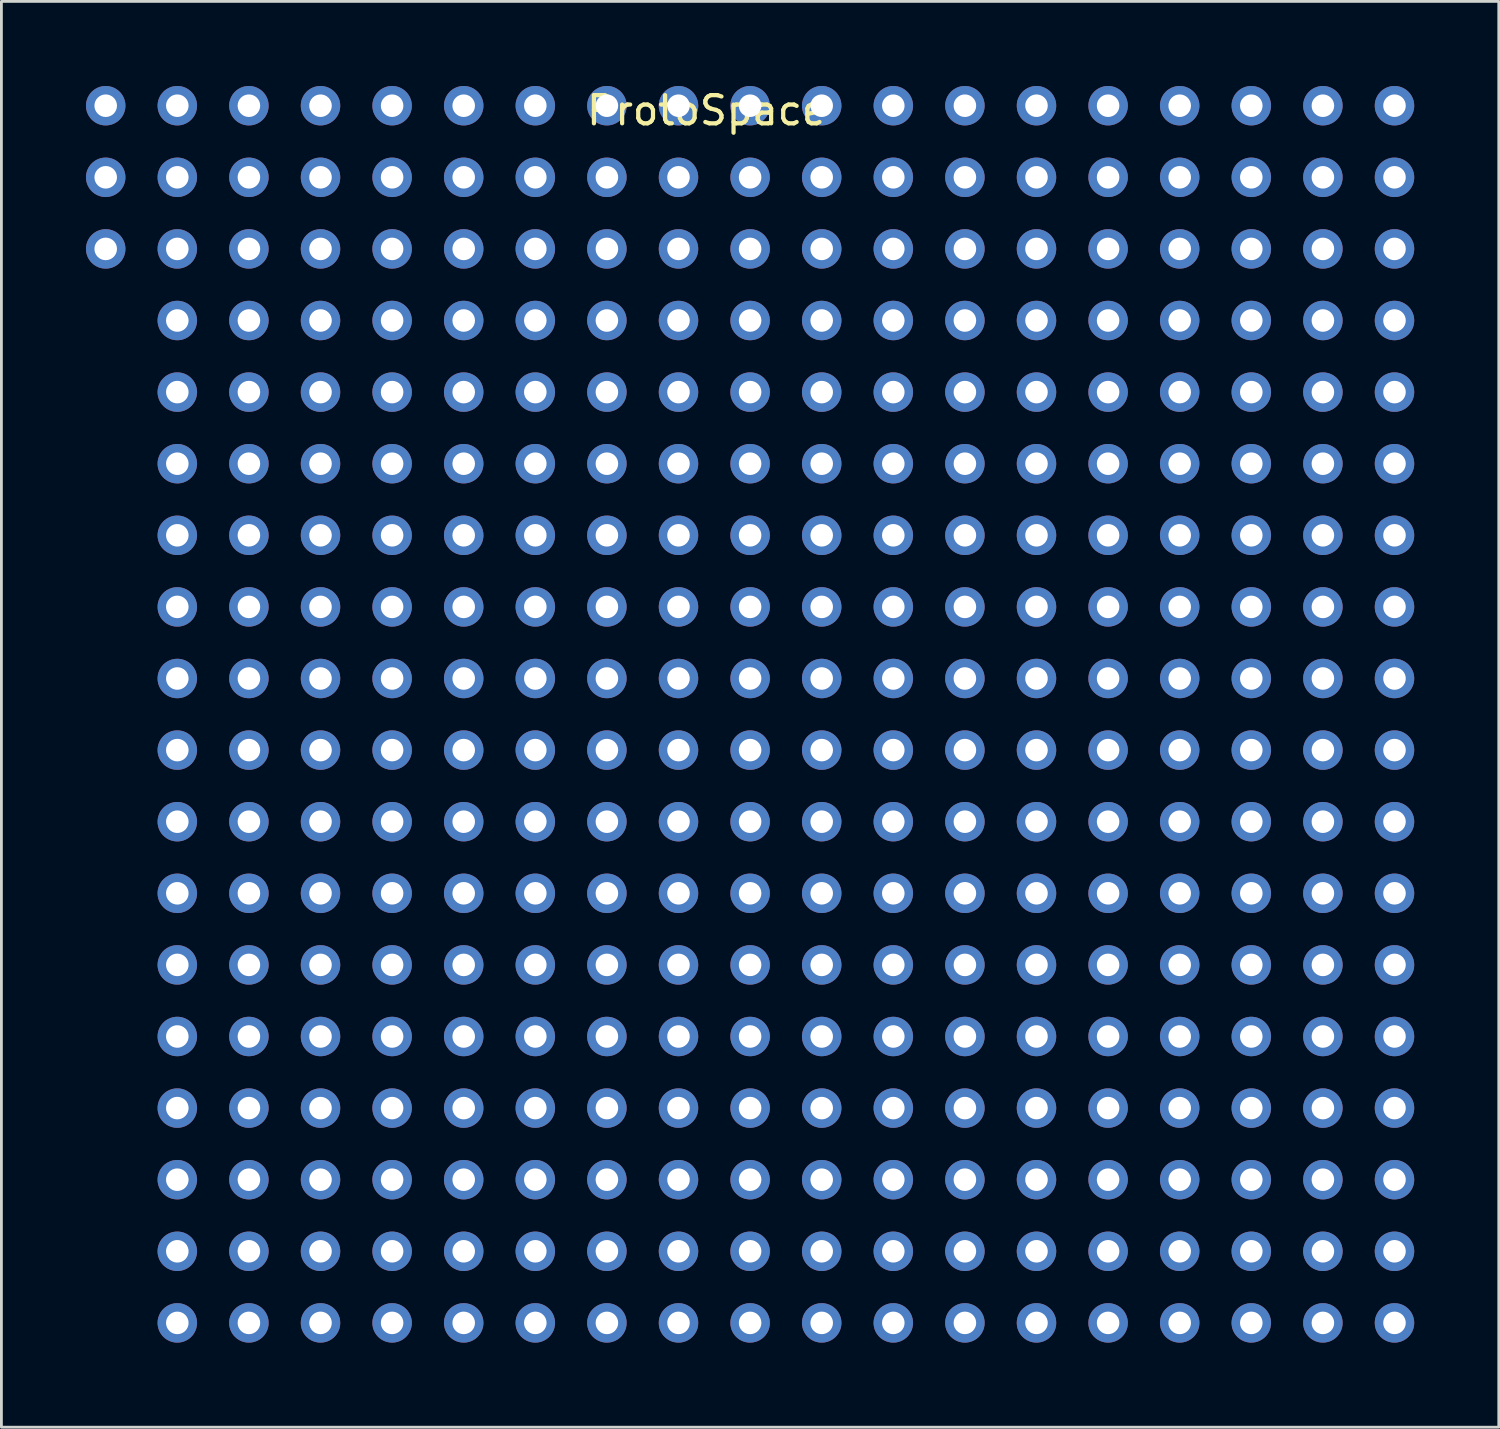
<source format=kicad_pcb>
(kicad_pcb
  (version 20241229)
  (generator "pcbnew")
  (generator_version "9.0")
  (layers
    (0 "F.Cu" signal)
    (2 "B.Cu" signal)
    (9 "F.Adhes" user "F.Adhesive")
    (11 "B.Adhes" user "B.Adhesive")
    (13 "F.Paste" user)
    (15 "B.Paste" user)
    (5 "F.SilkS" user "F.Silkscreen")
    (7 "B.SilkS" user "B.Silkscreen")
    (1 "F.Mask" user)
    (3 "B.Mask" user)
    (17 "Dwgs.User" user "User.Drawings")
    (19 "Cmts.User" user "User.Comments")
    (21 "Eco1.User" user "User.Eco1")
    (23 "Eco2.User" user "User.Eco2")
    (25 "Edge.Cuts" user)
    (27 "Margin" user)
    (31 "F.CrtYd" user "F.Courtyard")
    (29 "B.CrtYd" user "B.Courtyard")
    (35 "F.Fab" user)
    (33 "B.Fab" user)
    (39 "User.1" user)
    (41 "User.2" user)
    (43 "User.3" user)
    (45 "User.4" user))
  (footprint "ProtoSpace"
    (layer "F.Cu")
    (at 23.56 23.56)
    (property "Reference" "ProtoSpace" (at -1.54 -22.69 0) (layer "F.SilkS") (effects (font (size 1 1) (thickness 0.15))))
    (attr through_hole)
    (pad "1" thru_hole circle (at -22.86 -22.86 270) (size 1.4 1.4) (drill 0.8) (layers "*.Cu" "*.Mask"))
    (pad "2" thru_hole circle (at -22.86 -20.32 270) (size 1.4 1.4) (drill 0.8) (layers "*.Cu" "*.Mask"))
    (pad "3" thru_hole circle (at -22.86 -17.78 270) (size 1.4 1.4) (drill 0.8) (layers "*.Cu" "*.Mask"))
    (pad "4" thru_hole circle (at -20.32 -22.86 270) (size 1.4 1.4) (drill 0.8) (layers "*.Cu" "*.Mask"))
    (pad "5" thru_hole circle (at -20.32 -20.32 270) (size 1.4 1.4) (drill 0.8) (layers "*.Cu" "*.Mask"))
    (pad "6" thru_hole circle (at -20.32 -17.78 270) (size 1.4 1.4) (drill 0.8) (layers "*.Cu" "*.Mask"))
    (pad "7" thru_hole circle (at -20.32 -15.24 270) (size 1.4 1.4) (drill 0.8) (layers "*.Cu" "*.Mask"))
    (pad "8" thru_hole circle (at -20.32 -12.7 270) (size 1.4 1.4) (drill 0.8) (layers "*.Cu" "*.Mask"))
    (pad "9" thru_hole circle (at -20.32 -10.16 270) (size 1.4 1.4) (drill 0.8) (layers "*.Cu" "*.Mask"))
    (pad "10" thru_hole circle (at -20.32 -7.62 270) (size 1.4 1.4) (drill 0.8) (layers "*.Cu" "*.Mask"))
    (pad "11" thru_hole circle (at -20.32 -5.08 270) (size 1.4 1.4) (drill 0.8) (layers "*.Cu" "*.Mask"))
    (pad "12" thru_hole circle (at -20.32 -2.54 270) (size 1.4 1.4) (drill 0.8) (layers "*.Cu" "*.Mask"))
    (pad "13" thru_hole circle (at -20.32 0 270) (size 1.4 1.4) (drill 0.8) (layers "*.Cu" "*.Mask"))
    (pad "14" thru_hole circle (at -20.32 2.54 270) (size 1.4 1.4) (drill 0.8) (layers "*.Cu" "*.Mask"))
    (pad "15" thru_hole circle (at -20.32 5.08 270) (size 1.4 1.4) (drill 0.8) (layers "*.Cu" "*.Mask"))
    (pad "16" thru_hole circle (at -20.32 7.62 270) (size 1.4 1.4) (drill 0.8) (layers "*.Cu" "*.Mask"))
    (pad "17" thru_hole circle (at -20.32 10.16 270) (size 1.4 1.4) (drill 0.8) (layers "*.Cu" "*.Mask"))
    (pad "18" thru_hole circle (at -20.32 12.7 270) (size 1.4 1.4) (drill 0.8) (layers "*.Cu" "*.Mask"))
    (pad "19" thru_hole circle (at -20.32 15.24 270) (size 1.4 1.4) (drill 0.8) (layers "*.Cu" "*.Mask"))
    (pad "20" thru_hole circle (at -20.32 17.78 270) (size 1.4 1.4) (drill 0.8) (layers "*.Cu" "*.Mask"))
    (pad "21" thru_hole circle (at -20.32 20.32 270) (size 1.4 1.4) (drill 0.8) (layers "*.Cu" "*.Mask"))
    (pad "22" thru_hole circle (at -17.78 -22.86 270) (size 1.4 1.4) (drill 0.8) (layers "*.Cu" "*.Mask"))
    (pad "23" thru_hole circle (at -17.78 -20.32 270) (size 1.4 1.4) (drill 0.8) (layers "*.Cu" "*.Mask"))
    (pad "24" thru_hole circle (at -17.78 -17.78 270) (size 1.4 1.4) (drill 0.8) (layers "*.Cu" "*.Mask"))
    (pad "25" thru_hole circle (at -17.78 -15.24 270) (size 1.4 1.4) (drill 0.8) (layers "*.Cu" "*.Mask"))
    (pad "26" thru_hole circle (at -17.78 -12.7 270) (size 1.4 1.4) (drill 0.8) (layers "*.Cu" "*.Mask"))
    (pad "27" thru_hole circle (at -17.78 -10.16 270) (size 1.4 1.4) (drill 0.8) (layers "*.Cu" "*.Mask"))
    (pad "28" thru_hole circle (at -17.78 -7.62 270) (size 1.4 1.4) (drill 0.8) (layers "*.Cu" "*.Mask"))
    (pad "29" thru_hole circle (at -17.78 -5.08 270) (size 1.4 1.4) (drill 0.8) (layers "*.Cu" "*.Mask"))
    (pad "30" thru_hole circle (at -17.78 -2.54 270) (size 1.4 1.4) (drill 0.8) (layers "*.Cu" "*.Mask"))
    (pad "31" thru_hole circle (at -17.78 0 270) (size 1.4 1.4) (drill 0.8) (layers "*.Cu" "*.Mask"))
    (pad "32" thru_hole circle (at -17.78 2.54 270) (size 1.4 1.4) (drill 0.8) (layers "*.Cu" "*.Mask"))
    (pad "33" thru_hole circle (at -17.78 5.08 270) (size 1.4 1.4) (drill 0.8) (layers "*.Cu" "*.Mask"))
    (pad "34" thru_hole circle (at -17.78 7.62 270) (size 1.4 1.4) (drill 0.8) (layers "*.Cu" "*.Mask"))
    (pad "35" thru_hole circle (at -17.78 10.16 270) (size 1.4 1.4) (drill 0.8) (layers "*.Cu" "*.Mask"))
    (pad "36" thru_hole circle (at -17.78 12.7 270) (size 1.4 1.4) (drill 0.8) (layers "*.Cu" "*.Mask"))
    (pad "37" thru_hole circle (at -17.78 15.24 270) (size 1.4 1.4) (drill 0.8) (layers "*.Cu" "*.Mask"))
    (pad "38" thru_hole circle (at -17.78 17.78 270) (size 1.4 1.4) (drill 0.8) (layers "*.Cu" "*.Mask"))
    (pad "39" thru_hole circle (at -17.78 20.32 270) (size 1.4 1.4) (drill 0.8) (layers "*.Cu" "*.Mask"))
    (pad "40" thru_hole circle (at -15.24 -22.86 270) (size 1.4 1.4) (drill 0.8) (layers "*.Cu" "*.Mask"))
    (pad "41" thru_hole circle (at -15.24 -20.32 270) (size 1.4 1.4) (drill 0.8) (layers "*.Cu" "*.Mask"))
    (pad "42" thru_hole circle (at -15.24 -17.78 270) (size 1.4 1.4) (drill 0.8) (layers "*.Cu" "*.Mask"))
    (pad "43" thru_hole circle (at -15.24 -15.24 270) (size 1.4 1.4) (drill 0.8) (layers "*.Cu" "*.Mask"))
    (pad "44" thru_hole circle (at -15.24 -12.7 270) (size 1.4 1.4) (drill 0.8) (layers "*.Cu" "*.Mask"))
    (pad "45" thru_hole circle (at -15.24 -10.16 270) (size 1.4 1.4) (drill 0.8) (layers "*.Cu" "*.Mask"))
    (pad "46" thru_hole circle (at -15.24 -7.62 270) (size 1.4 1.4) (drill 0.8) (layers "*.Cu" "*.Mask"))
    (pad "47" thru_hole circle (at -15.24 -5.08 270) (size 1.4 1.4) (drill 0.8) (layers "*.Cu" "*.Mask"))
    (pad "48" thru_hole circle (at -15.24 -2.54 270) (size 1.4 1.4) (drill 0.8) (layers "*.Cu" "*.Mask"))
    (pad "49" thru_hole circle (at -15.24 0 270) (size 1.4 1.4) (drill 0.8) (layers "*.Cu" "*.Mask"))
    (pad "50" thru_hole circle (at -15.24 2.54 270) (size 1.4 1.4) (drill 0.8) (layers "*.Cu" "*.Mask"))
    (pad "51" thru_hole circle (at -15.24 5.08 270) (size 1.4 1.4) (drill 0.8) (layers "*.Cu" "*.Mask"))
    (pad "52" thru_hole circle (at -15.24 7.62 270) (size 1.4 1.4) (drill 0.8) (layers "*.Cu" "*.Mask"))
    (pad "53" thru_hole circle (at -15.24 10.16 270) (size 1.4 1.4) (drill 0.8) (layers "*.Cu" "*.Mask"))
    (pad "54" thru_hole circle (at -15.24 12.7 270) (size 1.4 1.4) (drill 0.8) (layers "*.Cu" "*.Mask"))
    (pad "55" thru_hole circle (at -15.24 15.24 270) (size 1.4 1.4) (drill 0.8) (layers "*.Cu" "*.Mask"))
    (pad "56" thru_hole circle (at -15.24 17.78 270) (size 1.4 1.4) (drill 0.8) (layers "*.Cu" "*.Mask"))
    (pad "57" thru_hole circle (at -15.24 20.32 270) (size 1.4 1.4) (drill 0.8) (layers "*.Cu" "*.Mask"))
    (pad "58" thru_hole circle (at -12.7 -22.86 270) (size 1.4 1.4) (drill 0.8) (layers "*.Cu" "*.Mask"))
    (pad "59" thru_hole circle (at -12.7 -20.32 270) (size 1.4 1.4) (drill 0.8) (layers "*.Cu" "*.Mask"))
    (pad "60" thru_hole circle (at -12.7 -17.78 270) (size 1.4 1.4) (drill 0.8) (layers "*.Cu" "*.Mask"))
    (pad "61" thru_hole circle (at -12.7 -15.24 270) (size 1.4 1.4) (drill 0.8) (layers "*.Cu" "*.Mask"))
    (pad "62" thru_hole circle (at -12.7 -12.7 270) (size 1.4 1.4) (drill 0.8) (layers "*.Cu" "*.Mask"))
    (pad "63" thru_hole circle (at -12.7 -10.16 270) (size 1.4 1.4) (drill 0.8) (layers "*.Cu" "*.Mask"))
    (pad "64" thru_hole circle (at -12.7 -7.62 270) (size 1.4 1.4) (drill 0.8) (layers "*.Cu" "*.Mask"))
    (pad "65" thru_hole circle (at -12.7 -5.08 270) (size 1.4 1.4) (drill 0.8) (layers "*.Cu" "*.Mask"))
    (pad "66" thru_hole circle (at -12.7 -2.54 270) (size 1.4 1.4) (drill 0.8) (layers "*.Cu" "*.Mask"))
    (pad "67" thru_hole circle (at -12.7 0 270) (size 1.4 1.4) (drill 0.8) (layers "*.Cu" "*.Mask"))
    (pad "68" thru_hole circle (at -12.7 2.54 270) (size 1.4 1.4) (drill 0.8) (layers "*.Cu" "*.Mask"))
    (pad "69" thru_hole circle (at -12.7 5.08 270) (size 1.4 1.4) (drill 0.8) (layers "*.Cu" "*.Mask"))
    (pad "70" thru_hole circle (at -12.7 7.62 270) (size 1.4 1.4) (drill 0.8) (layers "*.Cu" "*.Mask"))
    (pad "71" thru_hole circle (at -12.7 10.16 270) (size 1.4 1.4) (drill 0.8) (layers "*.Cu" "*.Mask"))
    (pad "72" thru_hole circle (at -12.7 12.7 270) (size 1.4 1.4) (drill 0.8) (layers "*.Cu" "*.Mask"))
    (pad "73" thru_hole circle (at -12.7 15.24 270) (size 1.4 1.4) (drill 0.8) (layers "*.Cu" "*.Mask"))
    (pad "74" thru_hole circle (at -12.7 17.78 270) (size 1.4 1.4) (drill 0.8) (layers "*.Cu" "*.Mask"))
    (pad "75" thru_hole circle (at -12.7 20.32 270) (size 1.4 1.4) (drill 0.8) (layers "*.Cu" "*.Mask"))
    (pad "76" thru_hole circle (at -10.16 -22.86 270) (size 1.4 1.4) (drill 0.8) (layers "*.Cu" "*.Mask"))
    (pad "77" thru_hole circle (at -10.16 -20.32 270) (size 1.4 1.4) (drill 0.8) (layers "*.Cu" "*.Mask"))
    (pad "78" thru_hole circle (at -10.16 -17.78 270) (size 1.4 1.4) (drill 0.8) (layers "*.Cu" "*.Mask"))
    (pad "79" thru_hole circle (at -10.16 -15.24 270) (size 1.4 1.4) (drill 0.8) (layers "*.Cu" "*.Mask"))
    (pad "80" thru_hole circle (at -10.16 -12.7 270) (size 1.4 1.4) (drill 0.8) (layers "*.Cu" "*.Mask"))
    (pad "81" thru_hole circle (at -10.16 -10.16 270) (size 1.4 1.4) (drill 0.8) (layers "*.Cu" "*.Mask"))
    (pad "82" thru_hole circle (at -10.16 -7.62 270) (size 1.4 1.4) (drill 0.8) (layers "*.Cu" "*.Mask"))
    (pad "83" thru_hole circle (at -10.16 -5.08 270) (size 1.4 1.4) (drill 0.8) (layers "*.Cu" "*.Mask"))
    (pad "84" thru_hole circle (at -10.16 -2.54 270) (size 1.4 1.4) (drill 0.8) (layers "*.Cu" "*.Mask"))
    (pad "85" thru_hole circle (at -10.16 0 270) (size 1.4 1.4) (drill 0.8) (layers "*.Cu" "*.Mask"))
    (pad "86" thru_hole circle (at -10.16 2.54 270) (size 1.4 1.4) (drill 0.8) (layers "*.Cu" "*.Mask"))
    (pad "87" thru_hole circle (at -10.16 5.08 270) (size 1.4 1.4) (drill 0.8) (layers "*.Cu" "*.Mask"))
    (pad "88" thru_hole circle (at -10.16 7.62 270) (size 1.4 1.4) (drill 0.8) (layers "*.Cu" "*.Mask"))
    (pad "89" thru_hole circle (at -10.16 10.16 270) (size 1.4 1.4) (drill 0.8) (layers "*.Cu" "*.Mask"))
    (pad "90" thru_hole circle (at -10.16 12.7 270) (size 1.4 1.4) (drill 0.8) (layers "*.Cu" "*.Mask"))
    (pad "91" thru_hole circle (at -10.16 15.24 270) (size 1.4 1.4) (drill 0.8) (layers "*.Cu" "*.Mask"))
    (pad "92" thru_hole circle (at -10.16 17.78 270) (size 1.4 1.4) (drill 0.8) (layers "*.Cu" "*.Mask"))
    (pad "93" thru_hole circle (at -10.16 20.32 270) (size 1.4 1.4) (drill 0.8) (layers "*.Cu" "*.Mask"))
    (pad "94" thru_hole circle (at -7.62 -22.86 270) (size 1.4 1.4) (drill 0.8) (layers "*.Cu" "*.Mask"))
    (pad "95" thru_hole circle (at -7.62 -20.32 270) (size 1.4 1.4) (drill 0.8) (layers "*.Cu" "*.Mask"))
    (pad "96" thru_hole circle (at -7.62 -17.78 270) (size 1.4 1.4) (drill 0.8) (layers "*.Cu" "*.Mask"))
    (pad "97" thru_hole circle (at -7.62 -15.24 270) (size 1.4 1.4) (drill 0.8) (layers "*.Cu" "*.Mask"))
    (pad "98" thru_hole circle (at -7.62 -12.7 270) (size 1.4 1.4) (drill 0.8) (layers "*.Cu" "*.Mask"))
    (pad "99" thru_hole circle (at -7.62 -10.16 270) (size 1.4 1.4) (drill 0.8) (layers "*.Cu" "*.Mask"))
    (pad "100" thru_hole circle (at -7.62 -7.62 270) (size 1.4 1.4) (drill 0.8) (layers "*.Cu" "*.Mask"))
    (pad "101" thru_hole circle (at -7.62 -5.08 270) (size 1.4 1.4) (drill 0.8) (layers "*.Cu" "*.Mask"))
    (pad "102" thru_hole circle (at -7.62 -2.54 270) (size 1.4 1.4) (drill 0.8) (layers "*.Cu" "*.Mask"))
    (pad "103" thru_hole circle (at -7.62 0 270) (size 1.4 1.4) (drill 0.8) (layers "*.Cu" "*.Mask"))
    (pad "104" thru_hole circle (at -7.62 2.54 270) (size 1.4 1.4) (drill 0.8) (layers "*.Cu" "*.Mask"))
    (pad "105" thru_hole circle (at -7.62 5.08 270) (size 1.4 1.4) (drill 0.8) (layers "*.Cu" "*.Mask"))
    (pad "106" thru_hole circle (at -7.62 7.62 270) (size 1.4 1.4) (drill 0.8) (layers "*.Cu" "*.Mask"))
    (pad "107" thru_hole circle (at -7.62 10.16 270) (size 1.4 1.4) (drill 0.8) (layers "*.Cu" "*.Mask"))
    (pad "108" thru_hole circle (at -7.62 12.7 270) (size 1.4 1.4) (drill 0.8) (layers "*.Cu" "*.Mask"))
    (pad "109" thru_hole circle (at -7.62 15.24 270) (size 1.4 1.4) (drill 0.8) (layers "*.Cu" "*.Mask"))
    (pad "110" thru_hole circle (at -7.62 17.78 270) (size 1.4 1.4) (drill 0.8) (layers "*.Cu" "*.Mask"))
    (pad "111" thru_hole circle (at -7.62 20.32 270) (size 1.4 1.4) (drill 0.8) (layers "*.Cu" "*.Mask"))
    (pad "112" thru_hole circle (at -5.08 -22.86 270) (size 1.4 1.4) (drill 0.8) (layers "*.Cu" "*.Mask"))
    (pad "113" thru_hole circle (at -5.08 -20.32 270) (size 1.4 1.4) (drill 0.8) (layers "*.Cu" "*.Mask"))
    (pad "114" thru_hole circle (at -5.08 -17.78 270) (size 1.4 1.4) (drill 0.8) (layers "*.Cu" "*.Mask"))
    (pad "115" thru_hole circle (at -5.08 -15.24 270) (size 1.4 1.4) (drill 0.8) (layers "*.Cu" "*.Mask"))
    (pad "116" thru_hole circle (at -5.08 -12.7 270) (size 1.4 1.4) (drill 0.8) (layers "*.Cu" "*.Mask"))
    (pad "117" thru_hole circle (at -5.08 -10.16 270) (size 1.4 1.4) (drill 0.8) (layers "*.Cu" "*.Mask"))
    (pad "118" thru_hole circle (at -5.08 -7.62 270) (size 1.4 1.4) (drill 0.8) (layers "*.Cu" "*.Mask"))
    (pad "119" thru_hole circle (at -5.08 -5.08 270) (size 1.4 1.4) (drill 0.8) (layers "*.Cu" "*.Mask"))
    (pad "120" thru_hole circle (at -5.08 -2.54 270) (size 1.4 1.4) (drill 0.8) (layers "*.Cu" "*.Mask"))
    (pad "121" thru_hole circle (at -5.08 0 270) (size 1.4 1.4) (drill 0.8) (layers "*.Cu" "*.Mask"))
    (pad "122" thru_hole circle (at -5.08 2.54 270) (size 1.4 1.4) (drill 0.8) (layers "*.Cu" "*.Mask"))
    (pad "123" thru_hole circle (at -5.08 5.08 270) (size 1.4 1.4) (drill 0.8) (layers "*.Cu" "*.Mask"))
    (pad "124" thru_hole circle (at -5.08 7.62 270) (size 1.4 1.4) (drill 0.8) (layers "*.Cu" "*.Mask"))
    (pad "125" thru_hole circle (at -5.08 10.16 270) (size 1.4 1.4) (drill 0.8) (layers "*.Cu" "*.Mask"))
    (pad "126" thru_hole circle (at -5.08 12.7 270) (size 1.4 1.4) (drill 0.8) (layers "*.Cu" "*.Mask"))
    (pad "127" thru_hole circle (at -5.08 15.24 270) (size 1.4 1.4) (drill 0.8) (layers "*.Cu" "*.Mask"))
    (pad "128" thru_hole circle (at -5.08 17.78 270) (size 1.4 1.4) (drill 0.8) (layers "*.Cu" "*.Mask"))
    (pad "129" thru_hole circle (at -5.08 20.32 270) (size 1.4 1.4) (drill 0.8) (layers "*.Cu" "*.Mask"))
    (pad "130" thru_hole circle (at -2.54 -22.86 270) (size 1.4 1.4) (drill 0.8) (layers "*.Cu" "*.Mask"))
    (pad "131" thru_hole circle (at -2.54 -20.32 270) (size 1.4 1.4) (drill 0.8) (layers "*.Cu" "*.Mask"))
    (pad "132" thru_hole circle (at -2.54 -17.78 270) (size 1.4 1.4) (drill 0.8) (layers "*.Cu" "*.Mask"))
    (pad "133" thru_hole circle (at -2.54 -15.24 270) (size 1.4 1.4) (drill 0.8) (layers "*.Cu" "*.Mask"))
    (pad "134" thru_hole circle (at -2.54 -12.7 270) (size 1.4 1.4) (drill 0.8) (layers "*.Cu" "*.Mask"))
    (pad "135" thru_hole circle (at -2.54 -10.16 270) (size 1.4 1.4) (drill 0.8) (layers "*.Cu" "*.Mask"))
    (pad "136" thru_hole circle (at -2.54 -7.62 270) (size 1.4 1.4) (drill 0.8) (layers "*.Cu" "*.Mask"))
    (pad "137" thru_hole circle (at -2.54 -5.08 270) (size 1.4 1.4) (drill 0.8) (layers "*.Cu" "*.Mask"))
    (pad "138" thru_hole circle (at -2.54 -2.54 270) (size 1.4 1.4) (drill 0.8) (layers "*.Cu" "*.Mask"))
    (pad "139" thru_hole circle (at -2.54 0 270) (size 1.4 1.4) (drill 0.8) (layers "*.Cu" "*.Mask"))
    (pad "140" thru_hole circle (at -2.54 2.54 270) (size 1.4 1.4) (drill 0.8) (layers "*.Cu" "*.Mask"))
    (pad "141" thru_hole circle (at -2.54 5.08 270) (size 1.4 1.4) (drill 0.8) (layers "*.Cu" "*.Mask"))
    (pad "142" thru_hole circle (at -2.54 7.62 270) (size 1.4 1.4) (drill 0.8) (layers "*.Cu" "*.Mask"))
    (pad "143" thru_hole circle (at -2.54 10.16 270) (size 1.4 1.4) (drill 0.8) (layers "*.Cu" "*.Mask"))
    (pad "144" thru_hole circle (at -2.54 12.7 270) (size 1.4 1.4) (drill 0.8) (layers "*.Cu" "*.Mask"))
    (pad "145" thru_hole circle (at -2.54 15.24 270) (size 1.4 1.4) (drill 0.8) (layers "*.Cu" "*.Mask"))
    (pad "146" thru_hole circle (at -2.54 17.78 270) (size 1.4 1.4) (drill 0.8) (layers "*.Cu" "*.Mask"))
    (pad "147" thru_hole circle (at -2.54 20.32 270) (size 1.4 1.4) (drill 0.8) (layers "*.Cu" "*.Mask"))
    (pad "148" thru_hole circle (at 0 -22.86 270) (size 1.4 1.4) (drill 0.8) (layers "*.Cu" "*.Mask"))
    (pad "149" thru_hole circle (at 0 -20.32 270) (size 1.4 1.4) (drill 0.8) (layers "*.Cu" "*.Mask"))
    (pad "150" thru_hole circle (at 0 -17.78 270) (size 1.4 1.4) (drill 0.8) (layers "*.Cu" "*.Mask"))
    (pad "151" thru_hole circle (at 0 -15.24 270) (size 1.4 1.4) (drill 0.8) (layers "*.Cu" "*.Mask"))
    (pad "152" thru_hole circle (at 0 -12.7 270) (size 1.4 1.4) (drill 0.8) (layers "*.Cu" "*.Mask"))
    (pad "153" thru_hole circle (at 0 -10.16 270) (size 1.4 1.4) (drill 0.8) (layers "*.Cu" "*.Mask"))
    (pad "154" thru_hole circle (at 0 -7.62 270) (size 1.4 1.4) (drill 0.8) (layers "*.Cu" "*.Mask"))
    (pad "155" thru_hole circle (at 0 -5.08 270) (size 1.4 1.4) (drill 0.8) (layers "*.Cu" "*.Mask"))
    (pad "156" thru_hole circle (at 0 -2.54 270) (size 1.4 1.4) (drill 0.8) (layers "*.Cu" "*.Mask"))
    (pad "157" thru_hole circle (at 0 0 270) (size 1.4 1.4) (drill 0.8) (layers "*.Cu" "*.Mask"))
    (pad "158" thru_hole circle (at 0 2.54 270) (size 1.4 1.4) (drill 0.8) (layers "*.Cu" "*.Mask"))
    (pad "159" thru_hole circle (at 0 5.08 270) (size 1.4 1.4) (drill 0.8) (layers "*.Cu" "*.Mask"))
    (pad "160" thru_hole circle (at 0 7.62 270) (size 1.4 1.4) (drill 0.8) (layers "*.Cu" "*.Mask"))
    (pad "161" thru_hole circle (at 0 10.16 270) (size 1.4 1.4) (drill 0.8) (layers "*.Cu" "*.Mask"))
    (pad "162" thru_hole circle (at 0 12.7 270) (size 1.4 1.4) (drill 0.8) (layers "*.Cu" "*.Mask"))
    (pad "163" thru_hole circle (at 0 15.24 270) (size 1.4 1.4) (drill 0.8) (layers "*.Cu" "*.Mask"))
    (pad "164" thru_hole circle (at 0 17.78 270) (size 1.4 1.4) (drill 0.8) (layers "*.Cu" "*.Mask"))
    (pad "165" thru_hole circle (at 0 20.32 270) (size 1.4 1.4) (drill 0.8) (layers "*.Cu" "*.Mask"))
    (pad "166" thru_hole circle (at 2.54 -22.86 270) (size 1.4 1.4) (drill 0.8) (layers "*.Cu" "*.Mask"))
    (pad "167" thru_hole circle (at 2.54 -20.32 270) (size 1.4 1.4) (drill 0.8) (layers "*.Cu" "*.Mask"))
    (pad "168" thru_hole circle (at 2.54 -17.78 270) (size 1.4 1.4) (drill 0.8) (layers "*.Cu" "*.Mask"))
    (pad "169" thru_hole circle (at 2.54 -15.24 270) (size 1.4 1.4) (drill 0.8) (layers "*.Cu" "*.Mask"))
    (pad "170" thru_hole circle (at 2.54 -12.7 270) (size 1.4 1.4) (drill 0.8) (layers "*.Cu" "*.Mask"))
    (pad "171" thru_hole circle (at 2.54 -10.16 270) (size 1.4 1.4) (drill 0.8) (layers "*.Cu" "*.Mask"))
    (pad "172" thru_hole circle (at 2.54 -7.62 270) (size 1.4 1.4) (drill 0.8) (layers "*.Cu" "*.Mask"))
    (pad "173" thru_hole circle (at 2.54 -5.08 270) (size 1.4 1.4) (drill 0.8) (layers "*.Cu" "*.Mask"))
    (pad "174" thru_hole circle (at 2.54 -2.54 270) (size 1.4 1.4) (drill 0.8) (layers "*.Cu" "*.Mask"))
    (pad "175" thru_hole circle (at 2.54 0 270) (size 1.4 1.4) (drill 0.8) (layers "*.Cu" "*.Mask"))
    (pad "176" thru_hole circle (at 2.54 2.54 270) (size 1.4 1.4) (drill 0.8) (layers "*.Cu" "*.Mask"))
    (pad "177" thru_hole circle (at 2.54 5.08 270) (size 1.4 1.4) (drill 0.8) (layers "*.Cu" "*.Mask"))
    (pad "178" thru_hole circle (at 2.54 7.62 270) (size 1.4 1.4) (drill 0.8) (layers "*.Cu" "*.Mask"))
    (pad "179" thru_hole circle (at 2.54 10.16 270) (size 1.4 1.4) (drill 0.8) (layers "*.Cu" "*.Mask"))
    (pad "180" thru_hole circle (at 2.54 12.7 270) (size 1.4 1.4) (drill 0.8) (layers "*.Cu" "*.Mask"))
    (pad "181" thru_hole circle (at 2.54 15.24 270) (size 1.4 1.4) (drill 0.8) (layers "*.Cu" "*.Mask"))
    (pad "182" thru_hole circle (at 2.54 17.78 270) (size 1.4 1.4) (drill 0.8) (layers "*.Cu" "*.Mask"))
    (pad "183" thru_hole circle (at 2.54 20.32 270) (size 1.4 1.4) (drill 0.8) (layers "*.Cu" "*.Mask"))
    (pad "184" thru_hole circle (at 5.08 -22.86 270) (size 1.4 1.4) (drill 0.8) (layers "*.Cu" "*.Mask"))
    (pad "185" thru_hole circle (at 5.08 -20.32 270) (size 1.4 1.4) (drill 0.8) (layers "*.Cu" "*.Mask"))
    (pad "186" thru_hole circle (at 5.08 -17.78 270) (size 1.4 1.4) (drill 0.8) (layers "*.Cu" "*.Mask"))
    (pad "187" thru_hole circle (at 5.08 -15.24 270) (size 1.4 1.4) (drill 0.8) (layers "*.Cu" "*.Mask"))
    (pad "188" thru_hole circle (at 5.08 -12.7 270) (size 1.4 1.4) (drill 0.8) (layers "*.Cu" "*.Mask"))
    (pad "189" thru_hole circle (at 5.08 -10.16 270) (size 1.4 1.4) (drill 0.8) (layers "*.Cu" "*.Mask"))
    (pad "190" thru_hole circle (at 5.08 -7.62 270) (size 1.4 1.4) (drill 0.8) (layers "*.Cu" "*.Mask"))
    (pad "191" thru_hole circle (at 5.08 -5.08 270) (size 1.4 1.4) (drill 0.8) (layers "*.Cu" "*.Mask"))
    (pad "192" thru_hole circle (at 5.08 -2.54 270) (size 1.4 1.4) (drill 0.8) (layers "*.Cu" "*.Mask"))
    (pad "193" thru_hole circle (at 5.08 0 270) (size 1.4 1.4) (drill 0.8) (layers "*.Cu" "*.Mask"))
    (pad "194" thru_hole circle (at 5.08 2.54 270) (size 1.4 1.4) (drill 0.8) (layers "*.Cu" "*.Mask"))
    (pad "195" thru_hole circle (at 5.08 5.08 270) (size 1.4 1.4) (drill 0.8) (layers "*.Cu" "*.Mask"))
    (pad "196" thru_hole circle (at 5.08 7.62 270) (size 1.4 1.4) (drill 0.8) (layers "*.Cu" "*.Mask"))
    (pad "197" thru_hole circle (at 5.08 10.16 270) (size 1.4 1.4) (drill 0.8) (layers "*.Cu" "*.Mask"))
    (pad "198" thru_hole circle (at 5.08 12.7 270) (size 1.4 1.4) (drill 0.8) (layers "*.Cu" "*.Mask"))
    (pad "199" thru_hole circle (at 5.08 15.24 270) (size 1.4 1.4) (drill 0.8) (layers "*.Cu" "*.Mask"))
    (pad "200" thru_hole circle (at 5.08 17.78 270) (size 1.4 1.4) (drill 0.8) (layers "*.Cu" "*.Mask"))
    (pad "201" thru_hole circle (at 5.08 20.32 270) (size 1.4 1.4) (drill 0.8) (layers "*.Cu" "*.Mask"))
    (pad "202" thru_hole circle (at 7.62 -22.86 270) (size 1.4 1.4) (drill 0.8) (layers "*.Cu" "*.Mask"))
    (pad "203" thru_hole circle (at 7.62 -20.32 270) (size 1.4 1.4) (drill 0.8) (layers "*.Cu" "*.Mask"))
    (pad "204" thru_hole circle (at 7.62 -17.78 270) (size 1.4 1.4) (drill 0.8) (layers "*.Cu" "*.Mask"))
    (pad "205" thru_hole circle (at 7.62 -15.24 270) (size 1.4 1.4) (drill 0.8) (layers "*.Cu" "*.Mask"))
    (pad "206" thru_hole circle (at 7.62 -12.7 270) (size 1.4 1.4) (drill 0.8) (layers "*.Cu" "*.Mask"))
    (pad "207" thru_hole circle (at 7.62 -10.16 270) (size 1.4 1.4) (drill 0.8) (layers "*.Cu" "*.Mask"))
    (pad "208" thru_hole circle (at 7.62 -7.62 270) (size 1.4 1.4) (drill 0.8) (layers "*.Cu" "*.Mask"))
    (pad "209" thru_hole circle (at 7.62 -5.08 270) (size 1.4 1.4) (drill 0.8) (layers "*.Cu" "*.Mask"))
    (pad "210" thru_hole circle (at 7.62 -2.54 270) (size 1.4 1.4) (drill 0.8) (layers "*.Cu" "*.Mask"))
    (pad "211" thru_hole circle (at 7.62 0 270) (size 1.4 1.4) (drill 0.8) (layers "*.Cu" "*.Mask"))
    (pad "212" thru_hole circle (at 7.62 2.54 270) (size 1.4 1.4) (drill 0.8) (layers "*.Cu" "*.Mask"))
    (pad "213" thru_hole circle (at 7.62 5.08 270) (size 1.4 1.4) (drill 0.8) (layers "*.Cu" "*.Mask"))
    (pad "214" thru_hole circle (at 7.62 7.62 270) (size 1.4 1.4) (drill 0.8) (layers "*.Cu" "*.Mask"))
    (pad "215" thru_hole circle (at 7.62 10.16 270) (size 1.4 1.4) (drill 0.8) (layers "*.Cu" "*.Mask"))
    (pad "216" thru_hole circle (at 7.62 12.7 270) (size 1.4 1.4) (drill 0.8) (layers "*.Cu" "*.Mask"))
    (pad "217" thru_hole circle (at 7.62 15.24 270) (size 1.4 1.4) (drill 0.8) (layers "*.Cu" "*.Mask"))
    (pad "218" thru_hole circle (at 7.62 17.78 270) (size 1.4 1.4) (drill 0.8) (layers "*.Cu" "*.Mask"))
    (pad "219" thru_hole circle (at 7.62 20.32 270) (size 1.4 1.4) (drill 0.8) (layers "*.Cu" "*.Mask"))
    (pad "220" thru_hole circle (at 10.16 -22.86 270) (size 1.4 1.4) (drill 0.8) (layers "*.Cu" "*.Mask"))
    (pad "221" thru_hole circle (at 10.16 -20.32 270) (size 1.4 1.4) (drill 0.8) (layers "*.Cu" "*.Mask"))
    (pad "222" thru_hole circle (at 10.16 -17.78 270) (size 1.4 1.4) (drill 0.8) (layers "*.Cu" "*.Mask"))
    (pad "223" thru_hole circle (at 10.16 -15.24 270) (size 1.4 1.4) (drill 0.8) (layers "*.Cu" "*.Mask"))
    (pad "224" thru_hole circle (at 10.16 -12.7 270) (size 1.4 1.4) (drill 0.8) (layers "*.Cu" "*.Mask"))
    (pad "225" thru_hole circle (at 10.16 -10.16 270) (size 1.4 1.4) (drill 0.8) (layers "*.Cu" "*.Mask"))
    (pad "226" thru_hole circle (at 10.16 -7.62 270) (size 1.4 1.4) (drill 0.8) (layers "*.Cu" "*.Mask"))
    (pad "227" thru_hole circle (at 10.16 -5.08 270) (size 1.4 1.4) (drill 0.8) (layers "*.Cu" "*.Mask"))
    (pad "228" thru_hole circle (at 10.16 -2.54 270) (size 1.4 1.4) (drill 0.8) (layers "*.Cu" "*.Mask"))
    (pad "229" thru_hole circle (at 10.16 0 270) (size 1.4 1.4) (drill 0.8) (layers "*.Cu" "*.Mask"))
    (pad "230" thru_hole circle (at 10.16 2.54 270) (size 1.4 1.4) (drill 0.8) (layers "*.Cu" "*.Mask"))
    (pad "231" thru_hole circle (at 10.16 5.08 270) (size 1.4 1.4) (drill 0.8) (layers "*.Cu" "*.Mask"))
    (pad "232" thru_hole circle (at 10.16 7.62 270) (size 1.4 1.4) (drill 0.8) (layers "*.Cu" "*.Mask"))
    (pad "233" thru_hole circle (at 10.16 10.16 270) (size 1.4 1.4) (drill 0.8) (layers "*.Cu" "*.Mask"))
    (pad "234" thru_hole circle (at 10.16 12.7 270) (size 1.4 1.4) (drill 0.8) (layers "*.Cu" "*.Mask"))
    (pad "235" thru_hole circle (at 10.16 15.24 270) (size 1.4 1.4) (drill 0.8) (layers "*.Cu" "*.Mask"))
    (pad "236" thru_hole circle (at 10.16 17.78 270) (size 1.4 1.4) (drill 0.8) (layers "*.Cu" "*.Mask"))
    (pad "237" thru_hole circle (at 10.16 20.32 270) (size 1.4 1.4) (drill 0.8) (layers "*.Cu" "*.Mask"))
    (pad "238" thru_hole circle (at 12.7 -22.86 270) (size 1.4 1.4) (drill 0.8) (layers "*.Cu" "*.Mask"))
    (pad "239" thru_hole circle (at 12.7 -20.32 270) (size 1.4 1.4) (drill 0.8) (layers "*.Cu" "*.Mask"))
    (pad "240" thru_hole circle (at 12.7 -17.78 270) (size 1.4 1.4) (drill 0.8) (layers "*.Cu" "*.Mask"))
    (pad "241" thru_hole circle (at 12.7 -15.24 270) (size 1.4 1.4) (drill 0.8) (layers "*.Cu" "*.Mask"))
    (pad "242" thru_hole circle (at 12.7 -12.7 270) (size 1.4 1.4) (drill 0.8) (layers "*.Cu" "*.Mask"))
    (pad "243" thru_hole circle (at 12.7 -10.16 270) (size 1.4 1.4) (drill 0.8) (layers "*.Cu" "*.Mask"))
    (pad "244" thru_hole circle (at 12.7 -7.62 270) (size 1.4 1.4) (drill 0.8) (layers "*.Cu" "*.Mask"))
    (pad "245" thru_hole circle (at 12.7 -5.08 270) (size 1.4 1.4) (drill 0.8) (layers "*.Cu" "*.Mask"))
    (pad "246" thru_hole circle (at 12.7 -2.54 270) (size 1.4 1.4) (drill 0.8) (layers "*.Cu" "*.Mask"))
    (pad "247" thru_hole circle (at 12.7 0 270) (size 1.4 1.4) (drill 0.8) (layers "*.Cu" "*.Mask"))
    (pad "248" thru_hole circle (at 12.7 2.54 270) (size 1.4 1.4) (drill 0.8) (layers "*.Cu" "*.Mask"))
    (pad "249" thru_hole circle (at 12.7 5.08 270) (size 1.4 1.4) (drill 0.8) (layers "*.Cu" "*.Mask"))
    (pad "250" thru_hole circle (at 12.7 7.62 270) (size 1.4 1.4) (drill 0.8) (layers "*.Cu" "*.Mask"))
    (pad "251" thru_hole circle (at 12.7 10.16 270) (size 1.4 1.4) (drill 0.8) (layers "*.Cu" "*.Mask"))
    (pad "252" thru_hole circle (at 12.7 12.7 270) (size 1.4 1.4) (drill 0.8) (layers "*.Cu" "*.Mask"))
    (pad "253" thru_hole circle (at 12.7 15.24 270) (size 1.4 1.4) (drill 0.8) (layers "*.Cu" "*.Mask"))
    (pad "254" thru_hole circle (at 12.7 17.78 270) (size 1.4 1.4) (drill 0.8) (layers "*.Cu" "*.Mask"))
    (pad "255" thru_hole circle (at 12.7 20.32 270) (size 1.4 1.4) (drill 0.8) (layers "*.Cu" "*.Mask"))
    (pad "256" thru_hole circle (at 15.24 -22.86 270) (size 1.4 1.4) (drill 0.8) (layers "*.Cu" "*.Mask"))
    (pad "257" thru_hole circle (at 15.24 -20.32 270) (size 1.4 1.4) (drill 0.8) (layers "*.Cu" "*.Mask"))
    (pad "258" thru_hole circle (at 15.24 -17.78 270) (size 1.4 1.4) (drill 0.8) (layers "*.Cu" "*.Mask"))
    (pad "259" thru_hole circle (at 15.24 -15.24 270) (size 1.4 1.4) (drill 0.8) (layers "*.Cu" "*.Mask"))
    (pad "260" thru_hole circle (at 15.24 -12.7 270) (size 1.4 1.4) (drill 0.8) (layers "*.Cu" "*.Mask"))
    (pad "261" thru_hole circle (at 15.24 -10.16 270) (size 1.4 1.4) (drill 0.8) (layers "*.Cu" "*.Mask"))
    (pad "262" thru_hole circle (at 15.24 -7.62 270) (size 1.4 1.4) (drill 0.8) (layers "*.Cu" "*.Mask"))
    (pad "263" thru_hole circle (at 15.24 -5.08 270) (size 1.4 1.4) (drill 0.8) (layers "*.Cu" "*.Mask"))
    (pad "264" thru_hole circle (at 15.24 -2.54 270) (size 1.4 1.4) (drill 0.8) (layers "*.Cu" "*.Mask"))
    (pad "265" thru_hole circle (at 15.24 0 270) (size 1.4 1.4) (drill 0.8) (layers "*.Cu" "*.Mask"))
    (pad "266" thru_hole circle (at 15.24 2.54 270) (size 1.4 1.4) (drill 0.8) (layers "*.Cu" "*.Mask"))
    (pad "267" thru_hole circle (at 15.24 5.08 270) (size 1.4 1.4) (drill 0.8) (layers "*.Cu" "*.Mask"))
    (pad "268" thru_hole circle (at 15.24 7.62 270) (size 1.4 1.4) (drill 0.8) (layers "*.Cu" "*.Mask"))
    (pad "269" thru_hole circle (at 15.24 10.16 270) (size 1.4 1.4) (drill 0.8) (layers "*.Cu" "*.Mask"))
    (pad "270" thru_hole circle (at 15.24 12.7 270) (size 1.4 1.4) (drill 0.8) (layers "*.Cu" "*.Mask"))
    (pad "271" thru_hole circle (at 15.24 15.24 270) (size 1.4 1.4) (drill 0.8) (layers "*.Cu" "*.Mask"))
    (pad "272" thru_hole circle (at 15.24 17.78 270) (size 1.4 1.4) (drill 0.8) (layers "*.Cu" "*.Mask"))
    (pad "273" thru_hole circle (at 15.24 20.32 270) (size 1.4 1.4) (drill 0.8) (layers "*.Cu" "*.Mask"))
    (pad "274" thru_hole circle (at 17.78 -22.86 270) (size 1.4 1.4) (drill 0.8) (layers "*.Cu" "*.Mask"))
    (pad "275" thru_hole circle (at 17.78 -20.32 270) (size 1.4 1.4) (drill 0.8) (layers "*.Cu" "*.Mask"))
    (pad "276" thru_hole circle (at 17.78 -17.78 270) (size 1.4 1.4) (drill 0.8) (layers "*.Cu" "*.Mask"))
    (pad "277" thru_hole circle (at 17.78 -15.24 270) (size 1.4 1.4) (drill 0.8) (layers "*.Cu" "*.Mask"))
    (pad "278" thru_hole circle (at 17.78 -12.7 270) (size 1.4 1.4) (drill 0.8) (layers "*.Cu" "*.Mask"))
    (pad "279" thru_hole circle (at 17.78 -10.16 270) (size 1.4 1.4) (drill 0.8) (layers "*.Cu" "*.Mask"))
    (pad "280" thru_hole circle (at 17.78 -7.62 270) (size 1.4 1.4) (drill 0.8) (layers "*.Cu" "*.Mask"))
    (pad "281" thru_hole circle (at 17.78 -5.08 270) (size 1.4 1.4) (drill 0.8) (layers "*.Cu" "*.Mask"))
    (pad "282" thru_hole circle (at 17.78 -2.54 270) (size 1.4 1.4) (drill 0.8) (layers "*.Cu" "*.Mask"))
    (pad "283" thru_hole circle (at 17.78 0 270) (size 1.4 1.4) (drill 0.8) (layers "*.Cu" "*.Mask"))
    (pad "284" thru_hole circle (at 17.78 2.54 270) (size 1.4 1.4) (drill 0.8) (layers "*.Cu" "*.Mask"))
    (pad "285" thru_hole circle (at 17.78 5.08 270) (size 1.4 1.4) (drill 0.8) (layers "*.Cu" "*.Mask"))
    (pad "286" thru_hole circle (at 17.78 7.62 270) (size 1.4 1.4) (drill 0.8) (layers "*.Cu" "*.Mask"))
    (pad "287" thru_hole circle (at 17.78 10.16 270) (size 1.4 1.4) (drill 0.8) (layers "*.Cu" "*.Mask"))
    (pad "288" thru_hole circle (at 17.78 12.7 270) (size 1.4 1.4) (drill 0.8) (layers "*.Cu" "*.Mask"))
    (pad "289" thru_hole circle (at 17.78 15.24 270) (size 1.4 1.4) (drill 0.8) (layers "*.Cu" "*.Mask"))
    (pad "290" thru_hole circle (at 17.78 17.78 270) (size 1.4 1.4) (drill 0.8) (layers "*.Cu" "*.Mask"))
    (pad "291" thru_hole circle (at 17.78 20.32 270) (size 1.4 1.4) (drill 0.8) (layers "*.Cu" "*.Mask"))
    (pad "292" thru_hole circle (at 20.32 -22.86 270) (size 1.4 1.4) (drill 0.8) (layers "*.Cu" "*.Mask"))
    (pad "293" thru_hole circle (at 20.32 -20.32 270) (size 1.4 1.4) (drill 0.8) (layers "*.Cu" "*.Mask"))
    (pad "294" thru_hole circle (at 20.32 -17.78 270) (size 1.4 1.4) (drill 0.8) (layers "*.Cu" "*.Mask"))
    (pad "295" thru_hole circle (at 20.32 -15.24 270) (size 1.4 1.4) (drill 0.8) (layers "*.Cu" "*.Mask"))
    (pad "296" thru_hole circle (at 20.32 -12.7 270) (size 1.4 1.4) (drill 0.8) (layers "*.Cu" "*.Mask"))
    (pad "297" thru_hole circle (at 20.32 -10.16 270) (size 1.4 1.4) (drill 0.8) (layers "*.Cu" "*.Mask"))
    (pad "298" thru_hole circle (at 20.32 -7.62 270) (size 1.4 1.4) (drill 0.8) (layers "*.Cu" "*.Mask"))
    (pad "299" thru_hole circle (at 20.32 -5.08 270) (size 1.4 1.4) (drill 0.8) (layers "*.Cu" "*.Mask"))
    (pad "300" thru_hole circle (at 20.32 -2.54 270) (size 1.4 1.4) (drill 0.8) (layers "*.Cu" "*.Mask"))
    (pad "301" thru_hole circle (at 20.32 0 270) (size 1.4 1.4) (drill 0.8) (layers "*.Cu" "*.Mask"))
    (pad "302" thru_hole circle (at 20.32 2.54 270) (size 1.4 1.4) (drill 0.8) (layers "*.Cu" "*.Mask"))
    (pad "303" thru_hole circle (at 20.32 5.08 270) (size 1.4 1.4) (drill 0.8) (layers "*.Cu" "*.Mask"))
    (pad "304" thru_hole circle (at 20.32 7.62 270) (size 1.4 1.4) (drill 0.8) (layers "*.Cu" "*.Mask"))
    (pad "305" thru_hole circle (at 20.32 10.16 270) (size 1.4 1.4) (drill 0.8) (layers "*.Cu" "*.Mask"))
    (pad "306" thru_hole circle (at 20.32 12.7 270) (size 1.4 1.4) (drill 0.8) (layers "*.Cu" "*.Mask"))
    (pad "307" thru_hole circle (at 20.32 15.24 270) (size 1.4 1.4) (drill 0.8) (layers "*.Cu" "*.Mask"))
    (pad "308" thru_hole circle (at 20.32 17.78 270) (size 1.4 1.4) (drill 0.8) (layers "*.Cu" "*.Mask"))
    (pad "309" thru_hole circle (at 20.32 20.32 270) (size 1.4 1.4) (drill 0.8) (layers "*.Cu" "*.Mask"))
    (pad "310" thru_hole circle (at 22.86 -22.86 270) (size 1.4 1.4) (drill 0.8) (layers "*.Cu" "*.Mask"))
    (pad "311" thru_hole circle (at 22.86 -20.32 270) (size 1.4 1.4) (drill 0.8) (layers "*.Cu" "*.Mask"))
    (pad "312" thru_hole circle (at 22.86 -17.78 270) (size 1.4 1.4) (drill 0.8) (layers "*.Cu" "*.Mask"))
    (pad "313" thru_hole circle (at 22.86 -15.24 270) (size 1.4 1.4) (drill 0.8) (layers "*.Cu" "*.Mask"))
    (pad "314" thru_hole circle (at 22.86 -12.7 270) (size 1.4 1.4) (drill 0.8) (layers "*.Cu" "*.Mask"))
    (pad "315" thru_hole circle (at 22.86 -10.16 270) (size 1.4 1.4) (drill 0.8) (layers "*.Cu" "*.Mask"))
    (pad "316" thru_hole circle (at 22.86 -7.62 270) (size 1.4 1.4) (drill 0.8) (layers "*.Cu" "*.Mask"))
    (pad "317" thru_hole circle (at 22.86 -5.08 270) (size 1.4 1.4) (drill 0.8) (layers "*.Cu" "*.Mask"))
    (pad "318" thru_hole circle (at 22.86 -2.54 270) (size 1.4 1.4) (drill 0.8) (layers "*.Cu" "*.Mask"))
    (pad "319" thru_hole circle (at 22.86 0 270) (size 1.4 1.4) (drill 0.8) (layers "*.Cu" "*.Mask"))
    (pad "320" thru_hole circle (at 22.86 2.54 270) (size 1.4 1.4) (drill 0.8) (layers "*.Cu" "*.Mask"))
    (pad "321" thru_hole circle (at 22.86 5.08 270) (size 1.4 1.4) (drill 0.8) (layers "*.Cu" "*.Mask"))
    (pad "322" thru_hole circle (at 22.86 7.62 270) (size 1.4 1.4) (drill 0.8) (layers "*.Cu" "*.Mask"))
    (pad "323" thru_hole circle (at 22.86 10.16 270) (size 1.4 1.4) (drill 0.8) (layers "*.Cu" "*.Mask"))
    (pad "324" thru_hole circle (at 22.86 12.7 270) (size 1.4 1.4) (drill 0.8) (layers "*.Cu" "*.Mask"))
    (pad "325" thru_hole circle (at 22.86 15.24 270) (size 1.4 1.4) (drill 0.8) (layers "*.Cu" "*.Mask"))
    (pad "326" thru_hole circle (at 22.86 17.78 270) (size 1.4 1.4) (drill 0.8) (layers "*.Cu" "*.Mask"))
    (pad "327" thru_hole circle (at 22.86 20.32 270) (size 1.4 1.4) (drill 0.8) (layers "*.Cu" "*.Mask")))
  (gr_rect
    (start -3 -3)
    (end 50.12 47.58)
    (stroke (width 0.1) (type default))
    (fill no)
    (layer "Edge.Cuts")))
</source>
